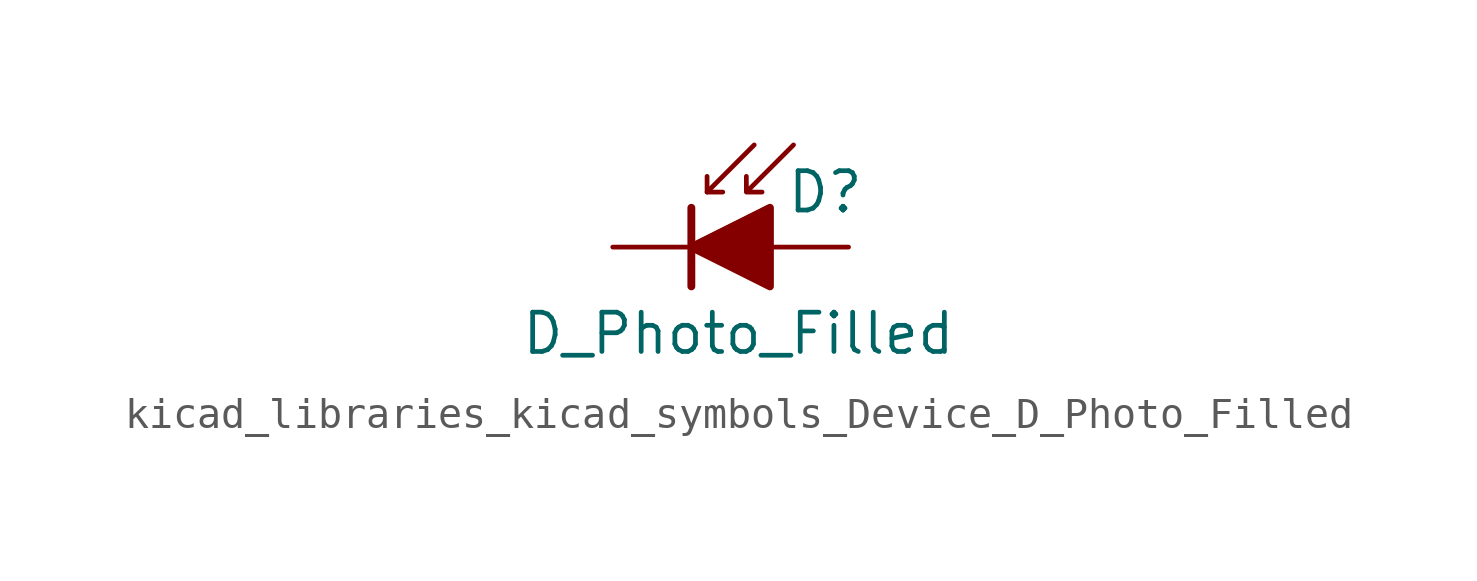
<source format=kicad_sym>
(kicad_symbol_lib
  (version 20220914)
  (generator kicad_symbol_editor)
  (symbol "kicad_libraries_kicad_symbols_Device_D_Photo_Filled"
    (pin_numbers hide)
    (pin_names hide)
    (property "Reference" "D"
      (at 0.508 1.778 0)
      (effects (font (size 1.27 1.27)) (justify left)))
    (property "Value" "D_Photo_Filled"
      (at -1.016 -2.794 0)
      (effects (font (size 1.27 1.27))))
    (symbol "kicad_libraries_kicad_symbols_Device_D_Photo_Filled_0_1"
      (polyline (pts (xy -2.54 1.27) (xy -2.54 -1.27)) (stroke (width 0.254) (type default)) (fill (type none)))
      (polyline (pts (xy -2.032 1.778) (xy -1.524 1.778)) (stroke (width 0) (type default)) (fill (type none)))
      (polyline (pts (xy 0 0) (xy -2.54 0)) (stroke (width 0) (type default)) (fill (type none)))
      (polyline (pts (xy -0.508 3.302) (xy -2.032 1.778) (xy -2.032 2.286)) (stroke (width 0) (type default)) (fill (type none)))
      (polyline (pts (xy 0 -1.27) (xy 0 1.27) (xy -2.54 0) (xy 0 -1.27)) (stroke (width 0.254) (type default)) (fill (type outline)))
      (polyline (pts (xy 0.762 3.302) (xy -0.762 1.778) (xy -0.762 2.286) (xy -0.762 1.778) (xy -0.254 1.778)) (stroke (width 0) (type default)) (fill (type none))))
    (symbol "kicad_libraries_kicad_symbols_Device_D_Photo_Filled_1_1"
      (pin passive line (at -5.08 0 0) (length 2.54) (name "K" (effects (font (size 1.27 1.27)))) (number "1" (effects (font (size 1.27 1.27)))))
      (pin passive line (at 2.54 0 180) (length 2.54) (name "A" (effects (font (size 1.27 1.27)))) (number "2" (effects (font (size 1.27 1.27))))))))
</source>
